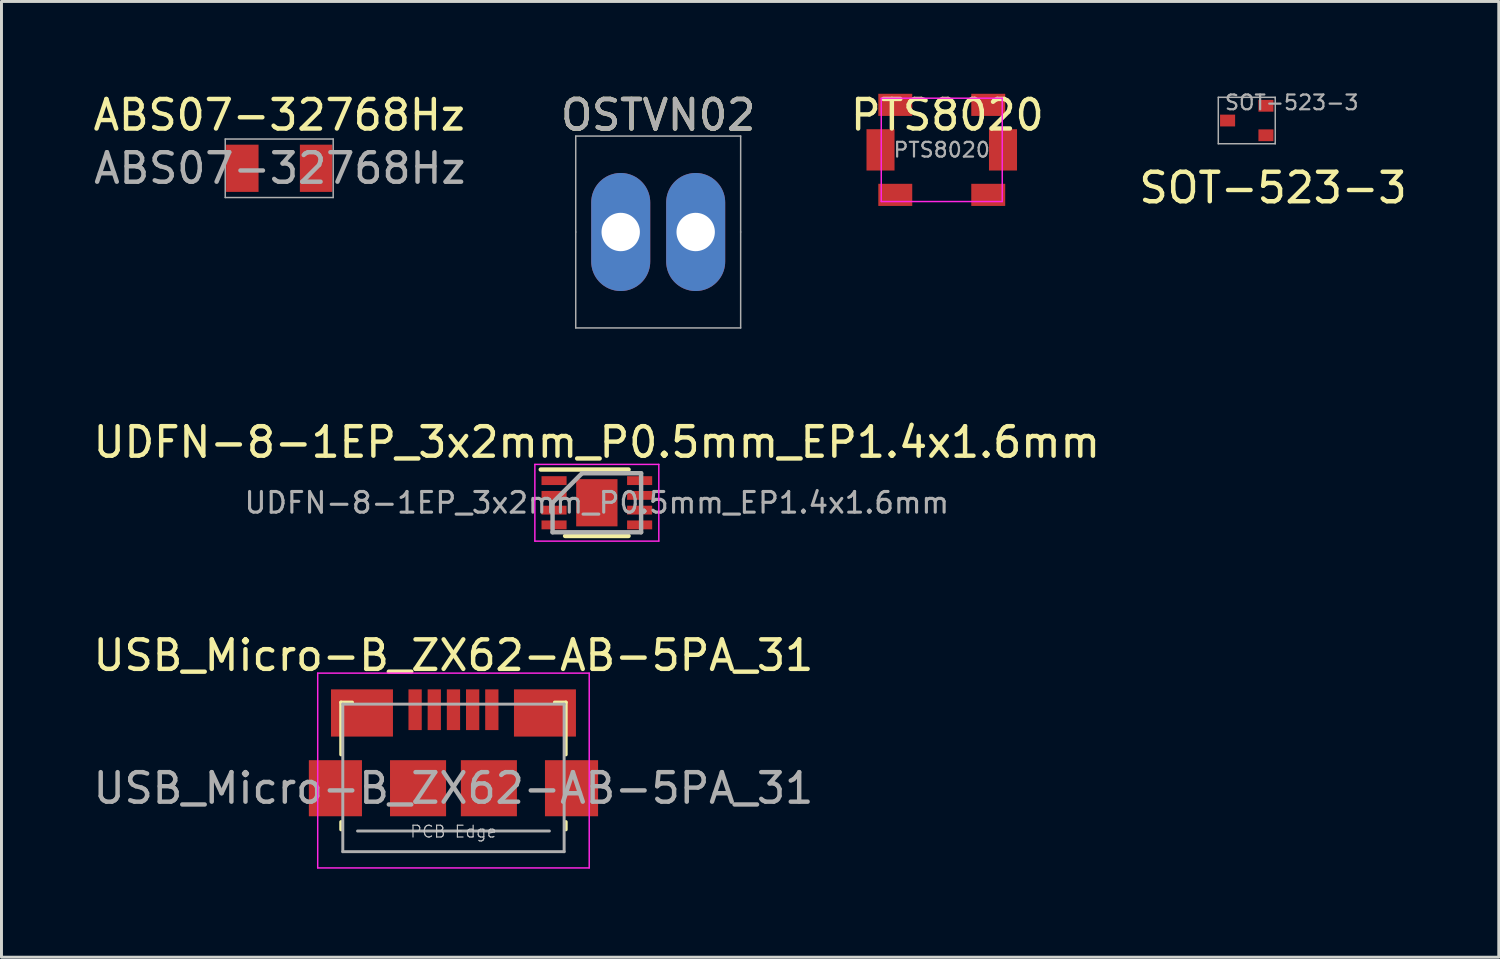
<source format=kicad_pcb>
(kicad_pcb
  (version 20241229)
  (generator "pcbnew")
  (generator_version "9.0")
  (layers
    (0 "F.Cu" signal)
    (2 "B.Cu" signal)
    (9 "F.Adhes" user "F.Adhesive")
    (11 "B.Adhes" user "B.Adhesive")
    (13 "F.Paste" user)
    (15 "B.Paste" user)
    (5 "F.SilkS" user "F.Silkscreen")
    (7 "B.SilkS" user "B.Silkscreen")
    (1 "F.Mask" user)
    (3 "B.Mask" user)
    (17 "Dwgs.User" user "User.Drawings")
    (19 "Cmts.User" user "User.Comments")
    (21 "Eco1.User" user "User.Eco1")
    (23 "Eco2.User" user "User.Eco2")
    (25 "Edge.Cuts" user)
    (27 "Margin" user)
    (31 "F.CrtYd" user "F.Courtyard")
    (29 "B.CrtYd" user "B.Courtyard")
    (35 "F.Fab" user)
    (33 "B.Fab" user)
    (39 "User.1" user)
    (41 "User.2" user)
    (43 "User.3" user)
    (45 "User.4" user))
  (footprint "UDFN-8-1EP_3x2mm_P0.5mm_EP1.4x1.6mm"
    (layer "F.Cu")
    (at 17.173 13.985)
    (property "Reference" "UDFN-8-1EP_3x2mm_P0.5mm_EP1.4x1.6mm" (at 0 -2.05 0) (layer "F.SilkS") (effects (font (size 1 1) (thickness 0.15))))
    (attr smd)
    (fp_line (start -1.9 -1.125) (end 1.075 -1.125) (stroke (width 0.15) (type solid)) (layer "F.SilkS"))
    (fp_line (start -1.075 1.125) (end 1.075 1.125) (stroke (width 0.15) (type solid)) (layer "F.SilkS"))
    (fp_line (start -2.1 -1.3) (end -2.1 1.3) (stroke (width 0.05) (type solid)) (layer "F.CrtYd"))
    (fp_line (start -2.1 -1.3) (end 2.1 -1.3) (stroke (width 0.05) (type solid)) (layer "F.CrtYd"))
    (fp_line (start -2.1 1.3) (end 2.1 1.3) (stroke (width 0.05) (type solid)) (layer "F.CrtYd"))
    (fp_line (start 2.1 -1.3) (end 2.1 1.3) (stroke (width 0.05) (type solid)) (layer "F.CrtYd"))
    (fp_line (start -1.5 0) (end -0.5 -1) (stroke (width 0.15) (type solid)) (layer "F.Fab"))
    (fp_line (start -1.5 1) (end -1.5 0) (stroke (width 0.15) (type solid)) (layer "F.Fab"))
    (fp_line (start -0.5 -1) (end 1.5 -1) (stroke (width 0.15) (type solid)) (layer "F.Fab"))
    (fp_line (start 1.5 -1) (end 1.5 1) (stroke (width 0.15) (type solid)) (layer "F.Fab"))
    (fp_line (start 1.5 1) (end -1.5 1) (stroke (width 0.15) (type solid)) (layer "F.Fab"))
    (fp_text user "${REFERENCE}" (at 0 0 0) (layer "F.Fab") (effects (font (size 0.7 0.7) (thickness 0.105))))
    (pad "" smd rect (at -0.325 -0.375) (size 0.5 0.6) (layers "F.Paste"))
    (pad "" smd rect (at -0.325 0.375) (size 0.5 0.6) (layers "F.Paste"))
    (pad "" smd rect (at 0.325 -0.375) (size 0.5 0.6) (layers "F.Paste"))
    (pad "" smd rect (at 0.325 0.375) (size 0.5 0.6) (layers "F.Paste"))
    (pad "1" smd rect (at -1.45 -0.75) (size 0.85 0.3) (layers "F.Cu" "F.Mask" "F.Paste"))
    (pad "2" smd rect (at -1.45 -0.25) (size 0.85 0.3) (layers "F.Cu" "F.Mask" "F.Paste"))
    (pad "3" smd rect (at -1.45 0.25) (size 0.85 0.3) (layers "F.Cu" "F.Mask" "F.Paste"))
    (pad "4" smd rect (at -1.45 0.75) (size 0.85 0.3) (layers "F.Cu" "F.Mask" "F.Paste"))
    (pad "5" smd rect (at 1.45 0.75) (size 0.85 0.3) (layers "F.Cu" "F.Mask" "F.Paste"))
    (pad "6" smd rect (at 1.45 0.25) (size 0.85 0.3) (layers "F.Cu" "F.Mask" "F.Paste"))
    (pad "7" smd rect (at 1.45 -0.25) (size 0.85 0.3) (layers "F.Cu" "F.Mask" "F.Paste"))
    (pad "8" smd rect (at 1.45 -0.75) (size 0.85 0.3) (layers "F.Cu" "F.Mask" "F.Paste"))
    (pad "9" smd rect (at 0 0) (size 1.4 1.6) (layers "F.Cu" "F.Mask")))
  (footprint "USB_Micro-B_ZX62-AB-5PA_31"
    (layer "F.Cu")
    (at 12.315 22.458)
    (property "Reference" "USB_Micro-B_ZX62-AB-5PA_31" (at 0 -3.3 180) (layer "F.SilkS") (effects (font (size 1 1) (thickness 0.15))))
    (attr smd)
    (fp_line (start -3.81 -1.71) (end -3.43 -1.71) (stroke (width 0.12) (type solid)) (layer "F.SilkS"))
    (fp_line (start -3.81 0.06) (end -3.81 -1.71) (stroke (width 0.12) (type solid)) (layer "F.SilkS"))
    (fp_line (start -3.81 2.6) (end -3.81 2.34) (stroke (width 0.12) (type solid)) (layer "F.SilkS"))
    (fp_line (start 3.81 -1.71) (end 3.43 -1.71) (stroke (width 0.12) (type solid)) (layer "F.SilkS"))
    (fp_line (start 3.81 -1.71) (end 3.81 0.06) (stroke (width 0.12) (type solid)) (layer "F.SilkS"))
    (fp_line (start 3.81 2.34) (end 3.81 2.6) (stroke (width 0.12) (type solid)) (layer "F.SilkS"))
    (fp_line (start -4.6 -2.7) (end 4.6 -2.7) (stroke (width 0.05) (type solid)) (layer "F.CrtYd"))
    (fp_line (start -4.6 3.9) (end -4.6 -2.7) (stroke (width 0.05) (type solid)) (layer "F.CrtYd"))
    (fp_line (start 4.6 -2.7) (end 4.6 3.9) (stroke (width 0.05) (type solid)) (layer "F.CrtYd"))
    (fp_line (start 4.6 3.9) (end -4.6 3.9) (stroke (width 0.05) (type solid)) (layer "F.CrtYd"))
    (fp_line (start -3.75 -1.65) (end 3.75 -1.65) (stroke (width 0.1) (type solid)) (layer "F.Fab"))
    (fp_line (start -3.75 3.35) (end -3.75 -1.65) (stroke (width 0.1) (type solid)) (layer "F.Fab"))
    (fp_line (start -3.25 2.65) (end 3.25 2.65) (stroke (width 0.1) (type solid)) (layer "F.Fab"))
    (fp_line (start 3.75 -1.65) (end 3.75 3.35) (stroke (width 0.1) (type solid)) (layer "F.Fab"))
    (fp_line (start 3.75 3.35) (end -3.75 3.35) (stroke (width 0.1) (type solid)) (layer "F.Fab"))
    (fp_text user "PCB Edge" (at 0 2.67 180) (layer "Dwgs.User") (effects (font (size 0.4 0.4) (thickness 0.04))))
    (fp_text user "${REFERENCE}" (at 0 1.2 0) (layer "F.Fab") (effects (font (size 1 1) (thickness 0.15))))
    (pad "1" smd rect (at -1.3 -1.46) (size 0.45 1.38) (layers "F.Cu" "F.Mask" "F.Paste"))
    (pad "2" smd rect (at -0.65 -1.46) (size 0.45 1.38) (layers "F.Cu" "F.Mask" "F.Paste"))
    (pad "3" smd rect (at 0 -1.46) (size 0.45 1.38) (layers "F.Cu" "F.Mask" "F.Paste"))
    (pad "4" smd rect (at 0.65 -1.46) (size 0.45 1.38) (layers "F.Cu" "F.Mask" "F.Paste"))
    (pad "5" smd rect (at 1.3 -1.46) (size 0.45 1.38) (layers "F.Cu" "F.Mask" "F.Paste"))
    (pad "6" smd rect (at -4 1.2) (size 1.8 1.9) (layers "F.Cu" "F.Mask" "F.Paste"))
    (pad "6" smd rect (at -3.1 -1.35) (size 2.1 1.6) (layers "F.Cu" "F.Mask" "F.Paste"))
    (pad "6" smd rect (at -1.2 1.2) (size 1.9 1.9) (layers "F.Cu" "F.Mask" "F.Paste"))
    (pad "6" smd rect (at 1.2 1.2) (size 1.9 1.9) (layers "F.Cu" "F.Mask" "F.Paste"))
    (pad "6" smd rect (at 3.1 -1.35) (size 2.1 1.6) (layers "F.Cu" "F.Mask" "F.Paste"))
    (pad "6" smd rect (at 4 1.2) (size 1.8 1.9) (layers "F.Cu" "F.Mask" "F.Paste")))
  (footprint "PTS8020"
    (layer "F.Cu")
    (at 28.86 2.028)
    (property "Reference" "PTS8020" (at 0.19 -1.18 0) (layer "F.SilkS") (effects (font (size 1 1) (thickness 0.15))))
    (attr smd)
    (fp_line (start -2.05 1.75) (end -2.05 -1.75) (stroke (width 0.05) (type solid)) (layer "F.CrtYd"))
    (fp_line (start -2.05 1.75) (end 2.05 1.75) (stroke (width 0.05) (type solid)) (layer "F.CrtYd"))
    (fp_line (start 2.05 -1.75) (end -2.05 -1.75) (stroke (width 0.05) (type solid)) (layer "F.CrtYd"))
    (fp_line (start 2.05 -1.75) (end 2.05 1.75) (stroke (width 0.05) (type solid)) (layer "F.CrtYd"))
    (fp_text user "${REFERENCE}" (at 0 0 180) (layer "F.Fab") (effects (font (size 0.5 0.5) (thickness 0.075))))
    (pad "" smd rect (at -1.575 -1.525) (size 1.15 0.75) (layers "F.Cu" "F.Mask" "F.Paste"))
    (pad "" smd rect (at -1.575 1.525) (size 1.15 0.75) (layers "F.Cu" "F.Mask" "F.Paste"))
    (pad "" smd rect (at 1.575 -1.525) (size 1.15 0.75) (layers "F.Cu" "F.Mask" "F.Paste"))
    (pad "" smd rect (at 1.575 1.525) (size 1.15 0.75) (layers "F.Cu" "F.Mask" "F.Paste"))
    (pad "1" smd rect (at -2.075 0) (size 0.95 1.4) (layers "F.Cu" "F.Mask" "F.Paste"))
    (pad "2" smd rect (at 2.075 0) (size 0.95 1.4) (layers "F.Cu" "F.Mask" "F.Paste")))
  (footprint "OSTVN02"
    (layer "F.Cu")
    (at 19.252 4.811)
    (property "Reference" "OSTVN02" (at 0 -3.962 0) (layer "F.SilkS") (effects (font (size 1 1) (thickness 0.15))))
    (attr smd)
    (fp_line (start -2.794 0) (end -2.794 -3.251) (stroke (width 0.05) (type solid)) (layer "F.Fab"))
    (fp_line (start -2.794 3.251) (end -2.794 0) (stroke (width 0.05) (type solid)) (layer "F.Fab"))
    (fp_line (start 2.794 -3.251) (end -2.794 -3.251) (stroke (width 0.05) (type solid)) (layer "F.Fab"))
    (fp_line (start 2.794 0) (end 2.794 -3.251) (stroke (width 0.05) (type solid)) (layer "F.Fab"))
    (fp_line (start 2.794 0) (end 2.794 3.251) (stroke (width 0.05) (type solid)) (layer "F.Fab"))
    (fp_line (start 2.794 3.251) (end -2.794 3.251) (stroke (width 0.05) (type solid)) (layer "F.Fab"))
    (fp_text user "${REFERENCE}" (at 0 -3.962 0) (layer "F.Fab") (effects (font (size 1 1) (thickness 0.15))))
    (pad "1" thru_hole oval (at -1.27 0) (size 2 4) (drill 1.3) (layers "*.Cu" "*.Mask"))
    (pad "2" thru_hole oval (at 1.27 0) (size 2 4) (drill 1.3) (layers "*.Cu" "*.Mask")))
  (footprint "SOT-523-3"
    (layer "F.Cu")
    (at 39.195 1.034)
    (property "Reference" "SOT-523-3" (at 0.89 2.28 0) (layer "F.SilkS") (effects (font (size 1 1) (thickness 0.15))))
    (attr smd)
    (fp_line (start -0.965 -0.787) (end 0.965 -0.787) (stroke (width 0.05) (type solid)) (layer "F.Fab"))
    (fp_line (start -0.965 0.787) (end -0.965 -0.787) (stroke (width 0.05) (type solid)) (layer "F.Fab"))
    (fp_line (start 0.965 -0.787) (end 0.965 -0.762) (stroke (width 0.05) (type solid)) (layer "F.Fab"))
    (fp_line (start 0.965 -0.762) (end 0.965 0.762) (stroke (width 0.05) (type solid)) (layer "F.Fab"))
    (fp_line (start 0.965 0.762) (end 0.965 0.787) (stroke (width 0.05) (type solid)) (layer "F.Fab"))
    (fp_line (start 0.965 0.787) (end -0.965 0.787) (stroke (width 0.05) (type solid)) (layer "F.Fab"))
    (fp_text user "${REFERENCE}" (at 1.524 -0.61 0) (layer "F.Fab") (effects (font (size 0.5 0.5) (thickness 0.075))))
    (pad "1" smd rect (at 0.65 0.5) (size 0.51 0.4) (layers "F.Cu" "F.Mask" "F.Paste"))
    (pad "2" smd rect (at 0.65 -0.5) (size 0.51 0.4) (layers "F.Cu" "F.Mask" "F.Paste"))
    (pad "3" smd rect (at -0.65 0) (size 0.51 0.4) (layers "F.Cu" "F.Mask" "F.Paste")))
  (footprint "ABS07-32768Hz"
    (layer "F.Cu")
    (at 6.411 2.652)
    (property "Reference" "ABS07-32768Hz" (at 0 -1.803 0) (layer "F.SilkS") (effects (font (size 1 1) (thickness 0.15))))
    (attr smd)
    (fp_line (start -1.829 -0.991) (end 1.829 -0.991) (stroke (width 0.05) (type solid)) (layer "F.Fab"))
    (fp_line (start -1.829 0.991) (end -1.829 -0.991) (stroke (width 0.05) (type solid)) (layer "F.Fab"))
    (fp_line (start 1.829 -0.991) (end 1.829 0.991) (stroke (width 0.05) (type solid)) (layer "F.Fab"))
    (fp_line (start 1.829 0.991) (end -1.829 0.991) (stroke (width 0.05) (type solid)) (layer "F.Fab"))
    (fp_text user "${REFERENCE}" (at 0.02 0 0) (layer "F.Fab") (effects (font (size 1 1) (thickness 0.15))))
    (pad "1" smd rect (at -1.25 0) (size 1.1 1.6) (layers "F.Cu" "F.Mask" "F.Paste"))
    (pad "2" smd rect (at 1.25 0) (size 1.1 1.6) (layers "F.Cu" "F.Mask" "F.Paste")))
  (gr_rect
    (start -3 -3)
    (end 47.734 29.383)
    (stroke (width 0.1) (type default))
    (fill no)
    (layer "Edge.Cuts")))
</source>
